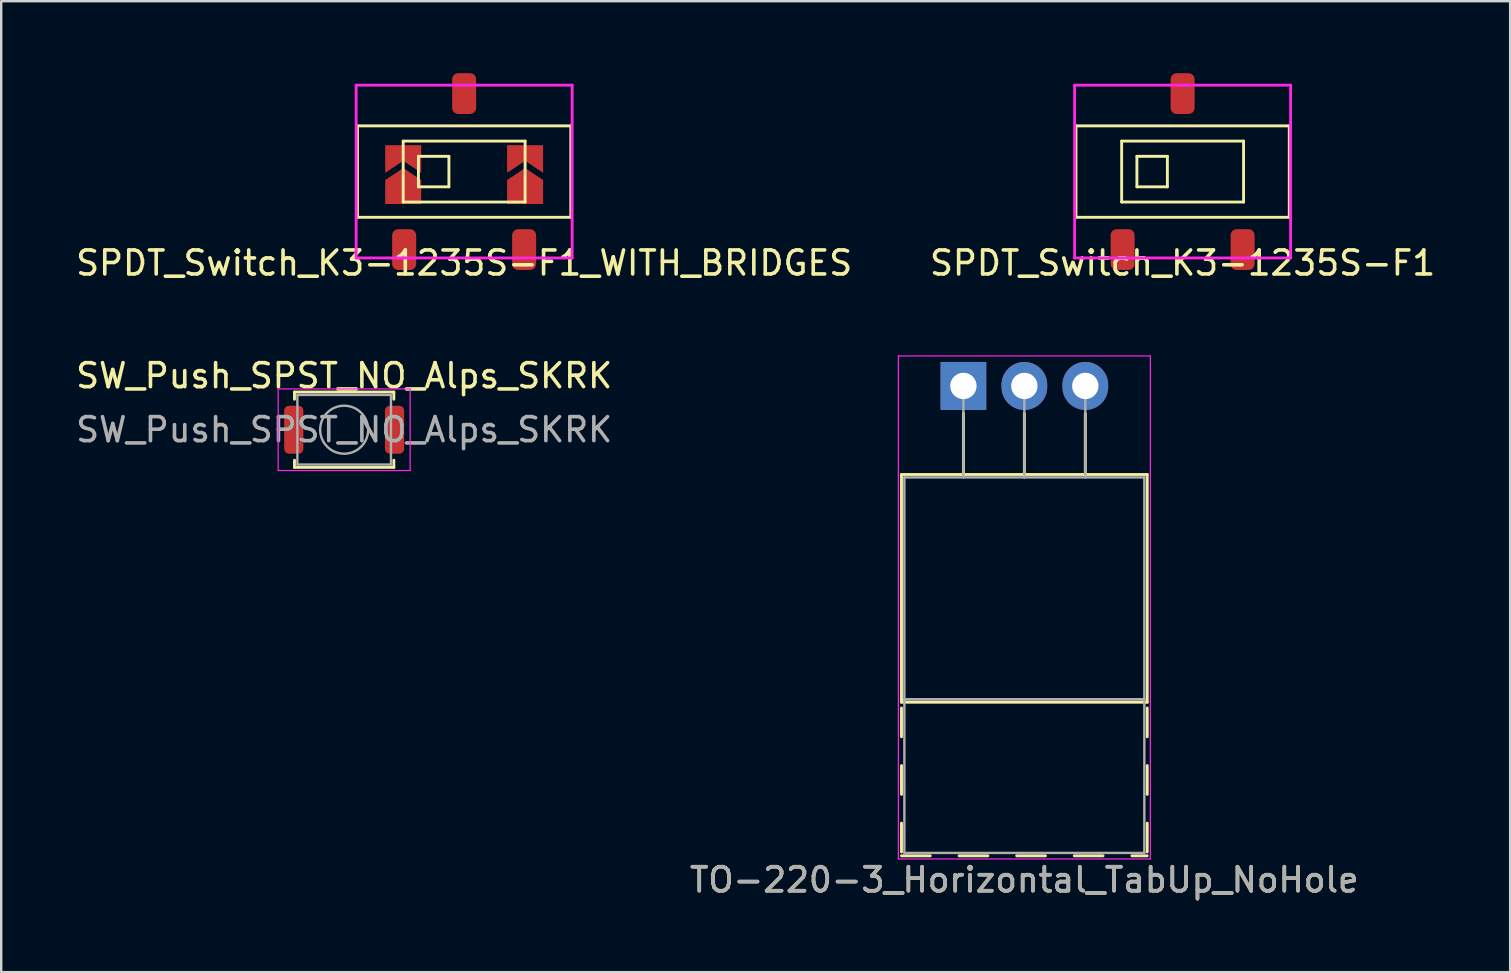
<source format=kicad_pcb>
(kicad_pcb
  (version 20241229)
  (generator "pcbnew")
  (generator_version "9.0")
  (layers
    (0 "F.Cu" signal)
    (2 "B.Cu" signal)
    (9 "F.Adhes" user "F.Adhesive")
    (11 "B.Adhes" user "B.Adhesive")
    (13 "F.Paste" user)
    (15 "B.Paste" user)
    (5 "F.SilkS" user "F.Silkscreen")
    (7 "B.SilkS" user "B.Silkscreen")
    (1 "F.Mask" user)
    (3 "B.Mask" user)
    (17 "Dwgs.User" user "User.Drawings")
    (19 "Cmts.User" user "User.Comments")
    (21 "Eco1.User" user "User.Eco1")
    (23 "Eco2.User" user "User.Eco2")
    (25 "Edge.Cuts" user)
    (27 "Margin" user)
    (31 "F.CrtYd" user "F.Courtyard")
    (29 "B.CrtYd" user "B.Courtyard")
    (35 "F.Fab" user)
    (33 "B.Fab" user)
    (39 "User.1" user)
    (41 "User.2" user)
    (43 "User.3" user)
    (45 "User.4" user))
  (footprint "SPDT_Switch_K3-1235S-F1_WITH_BRIDGES"
    (layer "F.Cu")
    (at 16.292 4.1)
    (property "Reference" "SPDT_Switch_K3-1235S-F1_WITH_BRIDGES" (at 0 3.81 0) (layer "F.SilkS") (effects (font (size 1 1) (thickness 0.15))))
    (attr smd)
    (fp_line (start -4.445 -1.905) (end 4.445 -1.905) (stroke (width 0.12) (type solid)) (layer "F.SilkS"))
    (fp_line (start -4.445 1.905) (end -4.445 -1.905) (stroke (width 0.12) (type solid)) (layer "F.SilkS"))
    (fp_line (start -2.54 -1.27) (end -2.54 1.27) (stroke (width 0.12) (type solid)) (layer "F.SilkS"))
    (fp_line (start -2.54 1.27) (end 2.54 1.27) (stroke (width 0.12) (type solid)) (layer "F.SilkS"))
    (fp_line (start -1.905 -0.635) (end -1.905 0.635) (stroke (width 0.12) (type solid)) (layer "F.SilkS"))
    (fp_line (start -1.905 0.635) (end -0.635 0.635) (stroke (width 0.12) (type solid)) (layer "F.SilkS"))
    (fp_line (start -0.635 -0.635) (end -1.905 -0.635) (stroke (width 0.12) (type solid)) (layer "F.SilkS"))
    (fp_line (start -0.635 0.635) (end -0.635 -0.635) (stroke (width 0.12) (type solid)) (layer "F.SilkS"))
    (fp_line (start 2.54 -1.27) (end -2.54 -1.27) (stroke (width 0.12) (type solid)) (layer "F.SilkS"))
    (fp_line (start 2.54 1.27) (end 2.54 -1.27) (stroke (width 0.12) (type solid)) (layer "F.SilkS"))
    (fp_line (start 4.445 -1.905) (end 4.445 1.905) (stroke (width 0.12) (type solid)) (layer "F.SilkS"))
    (fp_line (start 4.445 1.905) (end -4.445 1.905) (stroke (width 0.12) (type solid)) (layer "F.SilkS"))
    (fp_line (start -4.5 -3.6) (end -4.5 3.6) (stroke (width 0.12) (type solid)) (layer "F.CrtYd"))
    (fp_line (start -4.5 -3.6) (end 4.5 -3.6) (stroke (width 0.12) (type solid)) (layer "F.CrtYd"))
    (fp_line (start -4.5 3.6) (end 4.5 3.6) (stroke (width 0.12) (type solid)) (layer "F.CrtYd"))
    (fp_line (start 4.5 -3.6) (end 4.5 3.6) (stroke (width 0.12) (type solid)) (layer "F.CrtYd"))
    (pad "1" smd custom (at -2.54 0.852 90) (size 0.3 0.3) (layers "F.Cu" "F.Mask") (options (anchor rect)) (primitives (gr_poly (pts (xy -0.5 -0.75) (xy 0.5 -0.75) (xy 1 0) (xy 0.5 0.75) (xy -0.5 0.75)) (width 0) (fill yes))))
    (pad "1" smd roundrect (at -2.5 3.25) (size 1 1.7) (layers "F.Cu" "F.Mask" "F.Paste") (roundrect_rratio 0.25))
    (pad "2" smd custom (at -2.54 -0.598 90) (size 0.3 0.3) (layers "F.Cu" "F.Mask") (options (anchor rect)) (primitives (gr_poly (pts (xy -0.65 -0.75) (xy 0.5 -0.75) (xy 0.5 0.75) (xy -0.65 0.75) (xy -0.15 0)) (width 0) (fill yes))))
    (pad "2" smd roundrect (at 0 -3.25) (size 1 1.7) (layers "F.Cu" "F.Mask" "F.Paste") (roundrect_rratio 0.25))
    (pad "2" smd custom (at 2.54 -0.598 90) (size 0.3 0.3) (layers "F.Cu" "F.Mask") (options (anchor rect)) (primitives (gr_poly (pts (xy -0.65 -0.75) (xy 0.5 -0.75) (xy 0.5 0.75) (xy -0.65 0.75) (xy -0.15 0)) (width 0) (fill yes))))
    (pad "3" smd roundrect (at 2.5 3.25) (size 1 1.7) (layers "F.Cu" "F.Mask" "F.Paste") (roundrect_rratio 0.25))
    (pad "3" smd custom (at 2.54 0.852 90) (size 0.3 0.3) (layers "F.Cu" "F.Mask") (options (anchor rect)) (primitives (gr_poly (pts (xy -0.5 -0.75) (xy 0.5 -0.75) (xy 1 0) (xy 0.5 0.75) (xy -0.5 0.75)) (width 0) (fill yes)))))
  (footprint "SW_Push_SPST_NO_Alps_SKRK"
    (layer "F.Cu")
    (at 11.292 14.857)
    (property "Reference" "SW_Push_SPST_NO_Alps_SKRK" (at 0 -2.25 0) (layer "F.SilkS") (effects (font (size 1 1) (thickness 0.15))))
    (attr smd)
    (fp_line (start -2.07 -1.57) (end 2.07 -1.57) (stroke (width 0.12) (type solid)) (layer "F.SilkS"))
    (fp_line (start -2.07 -1.27) (end -2.07 -1.57) (stroke (width 0.12) (type solid)) (layer "F.SilkS"))
    (fp_line (start -2.07 1.57) (end -2.07 1.27) (stroke (width 0.12) (type solid)) (layer "F.SilkS"))
    (fp_line (start 2.07 -1.57) (end 2.07 -1.27) (stroke (width 0.12) (type solid)) (layer "F.SilkS"))
    (fp_line (start 2.07 1.27) (end 2.07 1.57) (stroke (width 0.12) (type solid)) (layer "F.SilkS"))
    (fp_line (start 2.07 1.57) (end -2.07 1.57) (stroke (width 0.12) (type solid)) (layer "F.SilkS"))
    (fp_line (start -2.75 -1.7) (end 2.75 -1.7) (stroke (width 0.05) (type solid)) (layer "F.CrtYd"))
    (fp_line (start -2.75 1.7) (end -2.75 -1.7) (stroke (width 0.05) (type solid)) (layer "F.CrtYd"))
    (fp_line (start 2.75 -1.7) (end 2.75 1.7) (stroke (width 0.05) (type solid)) (layer "F.CrtYd"))
    (fp_line (start 2.75 1.7) (end -2.75 1.7) (stroke (width 0.05) (type solid)) (layer "F.CrtYd"))
    (fp_line (start -1.95 -1.45) (end 1.95 -1.45) (stroke (width 0.1) (type solid)) (layer "F.Fab"))
    (fp_line (start -1.95 1.45) (end -1.95 -1.45) (stroke (width 0.1) (type solid)) (layer "F.Fab"))
    (fp_line (start 1.95 -1.45) (end 1.95 1.45) (stroke (width 0.1) (type solid)) (layer "F.Fab"))
    (fp_line (start 1.95 1.45) (end -1.95 1.45) (stroke (width 0.1) (type solid)) (layer "F.Fab"))
    (fp_circle (center 0 0) (end 1 0) (stroke (width 0.1) (type solid)) (fill no) (layer "F.Fab"))
    (fp_text user "${REFERENCE}" (at 0 0 0) (layer "F.Fab") (effects (font (size 1 1) (thickness 0.15))))
    (pad "1" smd roundrect (at -2.1 0) (size 0.8 2) (layers "F.Cu" "F.Mask" "F.Paste") (roundrect_rratio 0.25))
    (pad "2" smd roundrect (at 2.1 0) (size 0.8 2) (layers "F.Cu" "F.Mask" "F.Paste") (roundrect_rratio 0.25)))
  (footprint "SPDT_Switch_K3-1235S-F1"
    (layer "F.Cu")
    (at 46.232 4.1)
    (property "Reference" "SPDT_Switch_K3-1235S-F1" (at 0 3.81 0) (layer "F.SilkS") (effects (font (size 1 1) (thickness 0.15))))
    (attr through_hole)
    (fp_line (start -4.445 -1.905) (end 4.445 -1.905) (stroke (width 0.12) (type solid)) (layer "F.SilkS"))
    (fp_line (start -4.445 1.905) (end -4.445 -1.905) (stroke (width 0.12) (type solid)) (layer "F.SilkS"))
    (fp_line (start -2.54 -1.27) (end -2.54 1.27) (stroke (width 0.12) (type solid)) (layer "F.SilkS"))
    (fp_line (start -2.54 1.27) (end 2.54 1.27) (stroke (width 0.12) (type solid)) (layer "F.SilkS"))
    (fp_line (start -1.905 -0.635) (end -1.905 0.635) (stroke (width 0.12) (type solid)) (layer "F.SilkS"))
    (fp_line (start -1.905 0.635) (end -0.635 0.635) (stroke (width 0.12) (type solid)) (layer "F.SilkS"))
    (fp_line (start -0.635 -0.635) (end -1.905 -0.635) (stroke (width 0.12) (type solid)) (layer "F.SilkS"))
    (fp_line (start -0.635 0.635) (end -0.635 -0.635) (stroke (width 0.12) (type solid)) (layer "F.SilkS"))
    (fp_line (start 2.54 -1.27) (end -2.54 -1.27) (stroke (width 0.12) (type solid)) (layer "F.SilkS"))
    (fp_line (start 2.54 1.27) (end 2.54 -1.27) (stroke (width 0.12) (type solid)) (layer "F.SilkS"))
    (fp_line (start 4.445 -1.905) (end 4.445 1.905) (stroke (width 0.12) (type solid)) (layer "F.SilkS"))
    (fp_line (start 4.445 1.905) (end -4.445 1.905) (stroke (width 0.12) (type solid)) (layer "F.SilkS"))
    (fp_line (start -4.5 -3.6) (end -4.5 3.6) (stroke (width 0.12) (type solid)) (layer "F.CrtYd"))
    (fp_line (start -4.5 -3.6) (end 4.5 -3.6) (stroke (width 0.12) (type solid)) (layer "F.CrtYd"))
    (fp_line (start -4.5 3.6) (end 4.5 3.6) (stroke (width 0.12) (type solid)) (layer "F.CrtYd"))
    (fp_line (start 4.5 -3.6) (end 4.5 3.6) (stroke (width 0.12) (type solid)) (layer "F.CrtYd"))
    (pad "1" smd roundrect (at -2.5 3.25) (size 1 1.7) (layers "F.Cu" "F.Mask" "F.Paste") (roundrect_rratio 0.25))
    (pad "2" smd roundrect (at 0 -3.25) (size 1 1.7) (layers "F.Cu" "F.Mask" "F.Paste") (roundrect_rratio 0.25))
    (pad "3" smd roundrect (at 2.5 3.25) (size 1 1.7) (layers "F.Cu" "F.Mask" "F.Paste") (roundrect_rratio 0.25)))
  (footprint "TO-220-3_Horizontal_TabUp_NoHole"
    (layer "F.Cu")
    (at 37.097 13.033)
    (property "Reference" "TO-220-3_Horizontal_TabUp_NoHole" (at 2.54 20.58 0) (layer "F.SilkS") (effects (font (size 1 1) (thickness 0.15))))
    (attr through_hole)
    (fp_line (start -2.58 3.69) (end -2.58 13.18) (stroke (width 0.12) (type solid)) (layer "F.SilkS"))
    (fp_line (start -2.58 3.69) (end 7.66 3.69) (stroke (width 0.12) (type solid)) (layer "F.SilkS"))
    (fp_line (start -2.58 13.18) (end 7.66 13.18) (stroke (width 0.12) (type solid)) (layer "F.SilkS"))
    (fp_line (start -2.58 13.42) (end -2.58 14.62) (stroke (width 0.12) (type solid)) (layer "F.SilkS"))
    (fp_line (start -2.58 15.82) (end -2.58 17.02) (stroke (width 0.12) (type solid)) (layer "F.SilkS"))
    (fp_line (start -2.58 18.22) (end -2.58 19.42) (stroke (width 0.12) (type solid)) (layer "F.SilkS"))
    (fp_line (start -2.58 19.58) (end -1.38 19.58) (stroke (width 0.12) (type solid)) (layer "F.SilkS"))
    (fp_line (start -0.181 19.58) (end 1.02 19.58) (stroke (width 0.12) (type solid)) (layer "F.SilkS"))
    (fp_line (start 0 1.15) (end 0 3.69) (stroke (width 0.12) (type solid)) (layer "F.SilkS"))
    (fp_line (start 2.22 19.58) (end 3.42 19.58) (stroke (width 0.12) (type solid)) (layer "F.SilkS"))
    (fp_line (start 2.54 1.15) (end 2.54 3.69) (stroke (width 0.12) (type solid)) (layer "F.SilkS"))
    (fp_line (start 4.62 19.58) (end 5.82 19.58) (stroke (width 0.12) (type solid)) (layer "F.SilkS"))
    (fp_line (start 5.08 1.15) (end 5.08 3.69) (stroke (width 0.12) (type solid)) (layer "F.SilkS"))
    (fp_line (start 7.02 19.58) (end 7.66 19.58) (stroke (width 0.12) (type solid)) (layer "F.SilkS"))
    (fp_line (start 7.66 3.69) (end 7.66 13.18) (stroke (width 0.12) (type solid)) (layer "F.SilkS"))
    (fp_line (start 7.66 13.42) (end 7.66 14.62) (stroke (width 0.12) (type solid)) (layer "F.SilkS"))
    (fp_line (start 7.66 15.82) (end 7.66 17.02) (stroke (width 0.12) (type solid)) (layer "F.SilkS"))
    (fp_line (start 7.66 18.22) (end 7.66 19.42) (stroke (width 0.12) (type solid)) (layer "F.SilkS"))
    (fp_line (start -2.71 -1.25) (end -2.71 19.71) (stroke (width 0.05) (type solid)) (layer "F.CrtYd"))
    (fp_line (start -2.71 19.71) (end 7.79 19.71) (stroke (width 0.05) (type solid)) (layer "F.CrtYd"))
    (fp_line (start 7.79 -1.25) (end -2.71 -1.25) (stroke (width 0.05) (type solid)) (layer "F.CrtYd"))
    (fp_line (start 7.79 19.71) (end 7.79 -1.25) (stroke (width 0.05) (type solid)) (layer "F.CrtYd"))
    (fp_line (start -2.46 3.81) (end -2.46 13.06) (stroke (width 0.1) (type solid)) (layer "F.Fab"))
    (fp_line (start -2.46 13.06) (end -2.46 19.46) (stroke (width 0.1) (type solid)) (layer "F.Fab"))
    (fp_line (start -2.46 13.06) (end 7.54 13.06) (stroke (width 0.1) (type solid)) (layer "F.Fab"))
    (fp_line (start -2.46 19.46) (end 7.54 19.46) (stroke (width 0.1) (type solid)) (layer "F.Fab"))
    (fp_line (start 0 3.81) (end 0 0) (stroke (width 0.1) (type solid)) (layer "F.Fab"))
    (fp_line (start 2.54 3.81) (end 2.54 0) (stroke (width 0.1) (type solid)) (layer "F.Fab"))
    (fp_line (start 5.08 3.81) (end 5.08 0) (stroke (width 0.1) (type solid)) (layer "F.Fab"))
    (fp_line (start 7.54 3.81) (end -2.46 3.81) (stroke (width 0.1) (type solid)) (layer "F.Fab"))
    (fp_line (start 7.54 13.06) (end -2.46 13.06) (stroke (width 0.1) (type solid)) (layer "F.Fab"))
    (fp_line (start 7.54 13.06) (end 7.54 3.81) (stroke (width 0.1) (type solid)) (layer "F.Fab"))
    (fp_line (start 7.54 19.46) (end 7.54 13.06) (stroke (width 0.1) (type solid)) (layer "F.Fab"))
    (fp_text user "${REFERENCE}" (at 2.54 20.58 0) (layer "F.Fab") (effects (font (size 1 1) (thickness 0.15))))
    (pad "1" thru_hole rect (at 0 0) (size 1.905 2) (drill 1.1) (layers "*.Cu" "*.Mask"))
    (pad "2" thru_hole oval (at 2.54 0) (size 1.905 2) (drill 1.1) (layers "*.Cu" "*.Mask"))
    (pad "3" thru_hole oval (at 5.08 0) (size 1.905 2) (drill 1.1) (layers "*.Cu" "*.Mask")))
  (gr_rect
    (start -3 -3)
    (end 59.881 37.462)
    (stroke (width 0.1) (type default))
    (fill no)
    (layer "Edge.Cuts")))
</source>
